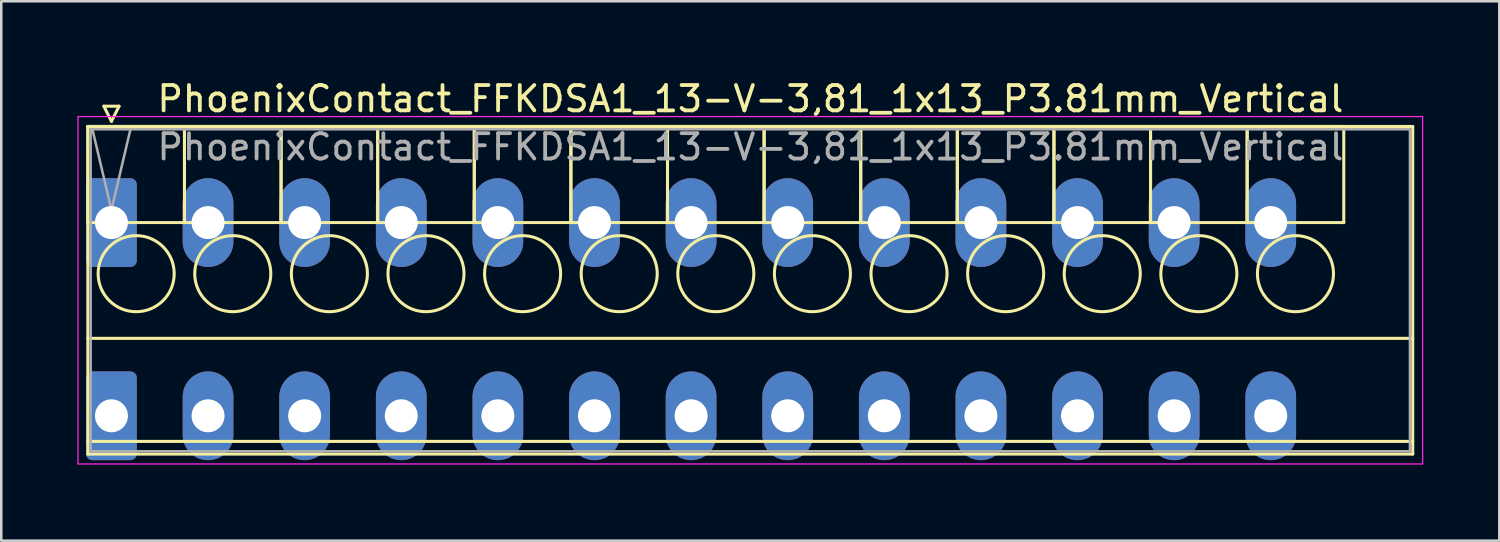
<source format=kicad_pcb>
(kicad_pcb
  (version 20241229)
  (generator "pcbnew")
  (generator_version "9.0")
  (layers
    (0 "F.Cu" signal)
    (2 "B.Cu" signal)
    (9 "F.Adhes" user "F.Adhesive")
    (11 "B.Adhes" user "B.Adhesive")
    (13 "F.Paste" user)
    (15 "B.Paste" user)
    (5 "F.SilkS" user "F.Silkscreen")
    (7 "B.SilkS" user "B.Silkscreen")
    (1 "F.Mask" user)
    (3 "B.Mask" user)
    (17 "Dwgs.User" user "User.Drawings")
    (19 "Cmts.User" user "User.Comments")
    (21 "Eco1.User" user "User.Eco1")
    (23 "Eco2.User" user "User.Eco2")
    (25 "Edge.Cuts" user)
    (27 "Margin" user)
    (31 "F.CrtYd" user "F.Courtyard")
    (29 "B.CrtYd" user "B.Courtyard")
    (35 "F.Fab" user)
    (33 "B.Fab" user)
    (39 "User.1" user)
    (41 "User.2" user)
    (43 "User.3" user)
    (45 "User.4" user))
  (footprint "PhoenixContact_FFKDSA1_13-V-3,81_1x13_P3.81mm_Vertical"
    (layer "F.Cu")
    (at 1.345 5.728)
    (property "Reference" "PhoenixContact_FFKDSA1_13-V-3,81_1x13_P3.81mm_Vertical" (at 25.2 -4.88 0) (layer "F.SilkS") (effects (font (size 1 1) (thickness 0.15))))
    (attr through_hole)
    (fp_line (start -0.93 -3.79) (end -0.93 0) (stroke (width 0.12) (type solid)) (layer "F.SilkS"))
    (fp_line (start -0.93 -3.79) (end -0.93 9.13) (stroke (width 0.12) (type solid)) (layer "F.SilkS"))
    (fp_line (start -0.93 0) (end 2.88 0) (stroke (width 0.12) (type solid)) (layer "F.SilkS"))
    (fp_line (start -0.93 4.565) (end 51.32 4.565) (stroke (width 0.12) (type solid)) (layer "F.SilkS"))
    (fp_line (start -0.93 8.63) (end 51.32 8.63) (stroke (width 0.12) (type solid)) (layer "F.SilkS"))
    (fp_line (start -0.93 9.13) (end 51.32 9.13) (stroke (width 0.12) (type solid)) (layer "F.SilkS"))
    (fp_line (start -0.3 -4.59) (end 0.3 -4.59) (stroke (width 0.12) (type solid)) (layer "F.SilkS"))
    (fp_line (start 0 -3.99) (end -0.3 -4.59) (stroke (width 0.12) (type solid)) (layer "F.SilkS"))
    (fp_line (start 0.3 -4.59) (end 0 -3.99) (stroke (width 0.12) (type solid)) (layer "F.SilkS"))
    (fp_line (start 2.88 -3.79) (end -0.93 -3.79) (stroke (width 0.12) (type solid)) (layer "F.SilkS"))
    (fp_line (start 2.88 -3.79) (end 2.88 0) (stroke (width 0.12) (type solid)) (layer "F.SilkS"))
    (fp_line (start 2.88 0) (end 2.88 -3.79) (stroke (width 0.12) (type solid)) (layer "F.SilkS"))
    (fp_line (start 2.88 0) (end 6.69 0) (stroke (width 0.12) (type solid)) (layer "F.SilkS"))
    (fp_line (start 6.69 -3.79) (end 2.88 -3.79) (stroke (width 0.12) (type solid)) (layer "F.SilkS"))
    (fp_line (start 6.69 -3.79) (end 6.69 0) (stroke (width 0.12) (type solid)) (layer "F.SilkS"))
    (fp_line (start 6.69 0) (end 6.69 -3.79) (stroke (width 0.12) (type solid)) (layer "F.SilkS"))
    (fp_line (start 6.69 0) (end 10.5 0) (stroke (width 0.12) (type solid)) (layer "F.SilkS"))
    (fp_line (start 10.5 -3.79) (end 6.69 -3.79) (stroke (width 0.12) (type solid)) (layer "F.SilkS"))
    (fp_line (start 10.5 -3.79) (end 10.5 0) (stroke (width 0.12) (type solid)) (layer "F.SilkS"))
    (fp_line (start 10.5 0) (end 10.5 -3.79) (stroke (width 0.12) (type solid)) (layer "F.SilkS"))
    (fp_line (start 10.5 0) (end 14.31 0) (stroke (width 0.12) (type solid)) (layer "F.SilkS"))
    (fp_line (start 14.31 -3.79) (end 10.5 -3.79) (stroke (width 0.12) (type solid)) (layer "F.SilkS"))
    (fp_line (start 14.31 -3.79) (end 14.31 0) (stroke (width 0.12) (type solid)) (layer "F.SilkS"))
    (fp_line (start 14.31 0) (end 14.31 -3.79) (stroke (width 0.12) (type solid)) (layer "F.SilkS"))
    (fp_line (start 14.31 0) (end 18.12 0) (stroke (width 0.12) (type solid)) (layer "F.SilkS"))
    (fp_line (start 18.12 -3.79) (end 14.31 -3.79) (stroke (width 0.12) (type solid)) (layer "F.SilkS"))
    (fp_line (start 18.12 -3.79) (end 18.12 0) (stroke (width 0.12) (type solid)) (layer "F.SilkS"))
    (fp_line (start 18.12 0) (end 18.12 -3.79) (stroke (width 0.12) (type solid)) (layer "F.SilkS"))
    (fp_line (start 18.12 0) (end 21.93 0) (stroke (width 0.12) (type solid)) (layer "F.SilkS"))
    (fp_line (start 21.93 -3.79) (end 18.12 -3.79) (stroke (width 0.12) (type solid)) (layer "F.SilkS"))
    (fp_line (start 21.93 -3.79) (end 21.93 0) (stroke (width 0.12) (type solid)) (layer "F.SilkS"))
    (fp_line (start 21.93 0) (end 21.93 -3.79) (stroke (width 0.12) (type solid)) (layer "F.SilkS"))
    (fp_line (start 21.93 0) (end 25.74 0) (stroke (width 0.12) (type solid)) (layer "F.SilkS"))
    (fp_line (start 25.74 -3.79) (end 21.93 -3.79) (stroke (width 0.12) (type solid)) (layer "F.SilkS"))
    (fp_line (start 25.74 -3.79) (end 25.74 0) (stroke (width 0.12) (type solid)) (layer "F.SilkS"))
    (fp_line (start 25.74 0) (end 25.74 -3.79) (stroke (width 0.12) (type solid)) (layer "F.SilkS"))
    (fp_line (start 25.74 0) (end 29.55 0) (stroke (width 0.12) (type solid)) (layer "F.SilkS"))
    (fp_line (start 29.55 -3.79) (end 25.74 -3.79) (stroke (width 0.12) (type solid)) (layer "F.SilkS"))
    (fp_line (start 29.55 -3.79) (end 29.55 0) (stroke (width 0.12) (type solid)) (layer "F.SilkS"))
    (fp_line (start 29.55 0) (end 29.55 -3.79) (stroke (width 0.12) (type solid)) (layer "F.SilkS"))
    (fp_line (start 29.55 0) (end 33.36 0) (stroke (width 0.12) (type solid)) (layer "F.SilkS"))
    (fp_line (start 33.36 -3.79) (end 29.55 -3.79) (stroke (width 0.12) (type solid)) (layer "F.SilkS"))
    (fp_line (start 33.36 -3.79) (end 33.36 0) (stroke (width 0.12) (type solid)) (layer "F.SilkS"))
    (fp_line (start 33.36 0) (end 33.36 -3.79) (stroke (width 0.12) (type solid)) (layer "F.SilkS"))
    (fp_line (start 33.36 0) (end 37.17 0) (stroke (width 0.12) (type solid)) (layer "F.SilkS"))
    (fp_line (start 37.17 -3.79) (end 33.36 -3.79) (stroke (width 0.12) (type solid)) (layer "F.SilkS"))
    (fp_line (start 37.17 -3.79) (end 37.17 0) (stroke (width 0.12) (type solid)) (layer "F.SilkS"))
    (fp_line (start 37.17 0) (end 37.17 -3.79) (stroke (width 0.12) (type solid)) (layer "F.SilkS"))
    (fp_line (start 37.17 0) (end 40.98 0) (stroke (width 0.12) (type solid)) (layer "F.SilkS"))
    (fp_line (start 40.98 -3.79) (end 37.17 -3.79) (stroke (width 0.12) (type solid)) (layer "F.SilkS"))
    (fp_line (start 40.98 -3.79) (end 40.98 0) (stroke (width 0.12) (type solid)) (layer "F.SilkS"))
    (fp_line (start 40.98 0) (end 40.98 -3.79) (stroke (width 0.12) (type solid)) (layer "F.SilkS"))
    (fp_line (start 40.98 0) (end 44.79 0) (stroke (width 0.12) (type solid)) (layer "F.SilkS"))
    (fp_line (start 44.79 -3.79) (end 40.98 -3.79) (stroke (width 0.12) (type solid)) (layer "F.SilkS"))
    (fp_line (start 44.79 -3.79) (end 44.79 0) (stroke (width 0.12) (type solid)) (layer "F.SilkS"))
    (fp_line (start 44.79 0) (end 44.79 -3.79) (stroke (width 0.12) (type solid)) (layer "F.SilkS"))
    (fp_line (start 44.79 0) (end 48.6 0) (stroke (width 0.12) (type solid)) (layer "F.SilkS"))
    (fp_line (start 48.6 -3.79) (end 44.79 -3.79) (stroke (width 0.12) (type solid)) (layer "F.SilkS"))
    (fp_line (start 48.6 0) (end 48.6 -3.79) (stroke (width 0.12) (type solid)) (layer "F.SilkS"))
    (fp_line (start 51.32 -3.79) (end -0.93 -3.79) (stroke (width 0.12) (type solid)) (layer "F.SilkS"))
    (fp_line (start 51.32 9.13) (end 51.32 -3.79) (stroke (width 0.12) (type solid)) (layer "F.SilkS"))
    (fp_circle (center 0.975 2.015) (end 2.475 2.015) (stroke (width 0.12) (type solid)) (fill no) (layer "F.SilkS"))
    (fp_circle (center 4.785 2.015) (end 6.285 2.015) (stroke (width 0.12) (type solid)) (fill no) (layer "F.SilkS"))
    (fp_circle (center 8.595 2.015) (end 10.095 2.015) (stroke (width 0.12) (type solid)) (fill no) (layer "F.SilkS"))
    (fp_circle (center 12.405 2.015) (end 13.905 2.015) (stroke (width 0.12) (type solid)) (fill no) (layer "F.SilkS"))
    (fp_circle (center 16.215 2.015) (end 17.715 2.015) (stroke (width 0.12) (type solid)) (fill no) (layer "F.SilkS"))
    (fp_circle (center 20.025 2.015) (end 21.525 2.015) (stroke (width 0.12) (type solid)) (fill no) (layer "F.SilkS"))
    (fp_circle (center 23.835 2.015) (end 25.335 2.015) (stroke (width 0.12) (type solid)) (fill no) (layer "F.SilkS"))
    (fp_circle (center 27.645 2.015) (end 29.145 2.015) (stroke (width 0.12) (type solid)) (fill no) (layer "F.SilkS"))
    (fp_circle (center 31.455 2.015) (end 32.955 2.015) (stroke (width 0.12) (type solid)) (fill no) (layer "F.SilkS"))
    (fp_circle (center 35.265 2.015) (end 36.765 2.015) (stroke (width 0.12) (type solid)) (fill no) (layer "F.SilkS"))
    (fp_circle (center 39.075 2.015) (end 40.575 2.015) (stroke (width 0.12) (type solid)) (fill no) (layer "F.SilkS"))
    (fp_circle (center 42.885 2.015) (end 44.385 2.015) (stroke (width 0.12) (type solid)) (fill no) (layer "F.SilkS"))
    (fp_circle (center 46.695 2.015) (end 48.195 2.015) (stroke (width 0.12) (type solid)) (fill no) (layer "F.SilkS"))
    (fp_line (start -1.32 -4.18) (end -1.32 9.52) (stroke (width 0.05) (type solid)) (layer "F.CrtYd"))
    (fp_line (start -1.32 9.52) (end 51.71 9.52) (stroke (width 0.05) (type solid)) (layer "F.CrtYd"))
    (fp_line (start 51.71 -4.18) (end -1.32 -4.18) (stroke (width 0.05) (type solid)) (layer "F.CrtYd"))
    (fp_line (start 51.71 9.52) (end 51.71 -4.18) (stroke (width 0.05) (type solid)) (layer "F.CrtYd"))
    (fp_line (start -0.82 -3.68) (end -0.82 9.02) (stroke (width 0.1) (type solid)) (layer "F.Fab"))
    (fp_line (start -0.82 9.02) (end 51.21 9.02) (stroke (width 0.1) (type solid)) (layer "F.Fab"))
    (fp_line (start 0 -0.5) (end -0.75 -3.68) (stroke (width 0.1) (type solid)) (layer "F.Fab"))
    (fp_line (start 0.75 -3.68) (end 0 -0.5) (stroke (width 0.1) (type solid)) (layer "F.Fab"))
    (fp_line (start 51.21 -3.68) (end -0.82 -3.68) (stroke (width 0.1) (type solid)) (layer "F.Fab"))
    (fp_line (start 51.21 9.02) (end 51.21 -3.68) (stroke (width 0.1) (type solid)) (layer "F.Fab"))
    (fp_text user "${REFERENCE}" (at 25.2 -2.98 0) (layer "F.Fab") (effects (font (size 1 1) (thickness 0.15))))
    (pad "1" thru_hole roundrect (at 0 0) (size 2 3.5) (drill 1.3) (layers "*.Cu" "*.Mask") (roundrect_rratio 0.125))
    (pad "1" thru_hole roundrect (at 0 7.62) (size 2 3.5) (drill 1.3) (layers "*.Cu" "*.Mask") (roundrect_rratio 0.125))
    (pad "2" thru_hole oval (at 3.81 0) (size 2 3.5) (drill 1.3) (layers "*.Cu" "*.Mask"))
    (pad "2" thru_hole oval (at 3.81 7.62) (size 2 3.5) (drill 1.3) (layers "*.Cu" "*.Mask"))
    (pad "3" thru_hole oval (at 7.62 0) (size 2 3.5) (drill 1.3) (layers "*.Cu" "*.Mask"))
    (pad "3" thru_hole oval (at 7.62 7.62) (size 2 3.5) (drill 1.3) (layers "*.Cu" "*.Mask"))
    (pad "4" thru_hole oval (at 11.43 0) (size 2 3.5) (drill 1.3) (layers "*.Cu" "*.Mask"))
    (pad "4" thru_hole oval (at 11.43 7.62) (size 2 3.5) (drill 1.3) (layers "*.Cu" "*.Mask"))
    (pad "5" thru_hole oval (at 15.24 0) (size 2 3.5) (drill 1.3) (layers "*.Cu" "*.Mask"))
    (pad "5" thru_hole oval (at 15.24 7.62) (size 2 3.5) (drill 1.3) (layers "*.Cu" "*.Mask"))
    (pad "6" thru_hole oval (at 19.05 0) (size 2 3.5) (drill 1.3) (layers "*.Cu" "*.Mask"))
    (pad "6" thru_hole oval (at 19.05 7.62) (size 2 3.5) (drill 1.3) (layers "*.Cu" "*.Mask"))
    (pad "7" thru_hole oval (at 22.86 0) (size 2 3.5) (drill 1.3) (layers "*.Cu" "*.Mask"))
    (pad "7" thru_hole oval (at 22.86 7.62) (size 2 3.5) (drill 1.3) (layers "*.Cu" "*.Mask"))
    (pad "8" thru_hole oval (at 26.67 0) (size 2 3.5) (drill 1.3) (layers "*.Cu" "*.Mask"))
    (pad "8" thru_hole oval (at 26.67 7.62) (size 2 3.5) (drill 1.3) (layers "*.Cu" "*.Mask"))
    (pad "9" thru_hole oval (at 30.48 0) (size 2 3.5) (drill 1.3) (layers "*.Cu" "*.Mask"))
    (pad "9" thru_hole oval (at 30.48 7.62) (size 2 3.5) (drill 1.3) (layers "*.Cu" "*.Mask"))
    (pad "10" thru_hole oval (at 34.29 0) (size 2 3.5) (drill 1.3) (layers "*.Cu" "*.Mask"))
    (pad "10" thru_hole oval (at 34.29 7.62) (size 2 3.5) (drill 1.3) (layers "*.Cu" "*.Mask"))
    (pad "11" thru_hole oval (at 38.1 0) (size 2 3.5) (drill 1.3) (layers "*.Cu" "*.Mask"))
    (pad "11" thru_hole oval (at 38.1 7.62) (size 2 3.5) (drill 1.3) (layers "*.Cu" "*.Mask"))
    (pad "12" thru_hole oval (at 41.91 0) (size 2 3.5) (drill 1.3) (layers "*.Cu" "*.Mask"))
    (pad "12" thru_hole oval (at 41.91 7.62) (size 2 3.5) (drill 1.3) (layers "*.Cu" "*.Mask"))
    (pad "13" thru_hole oval (at 45.72 0) (size 2 3.5) (drill 1.3) (layers "*.Cu" "*.Mask"))
    (pad "13" thru_hole oval (at 45.72 7.62) (size 2 3.5) (drill 1.3) (layers "*.Cu" "*.Mask")))
  (gr_rect
    (start -3 -3)
    (end 56.08 18.273)
    (stroke (width 0.1) (type default))
    (fill no)
    (layer "Edge.Cuts")))
</source>
